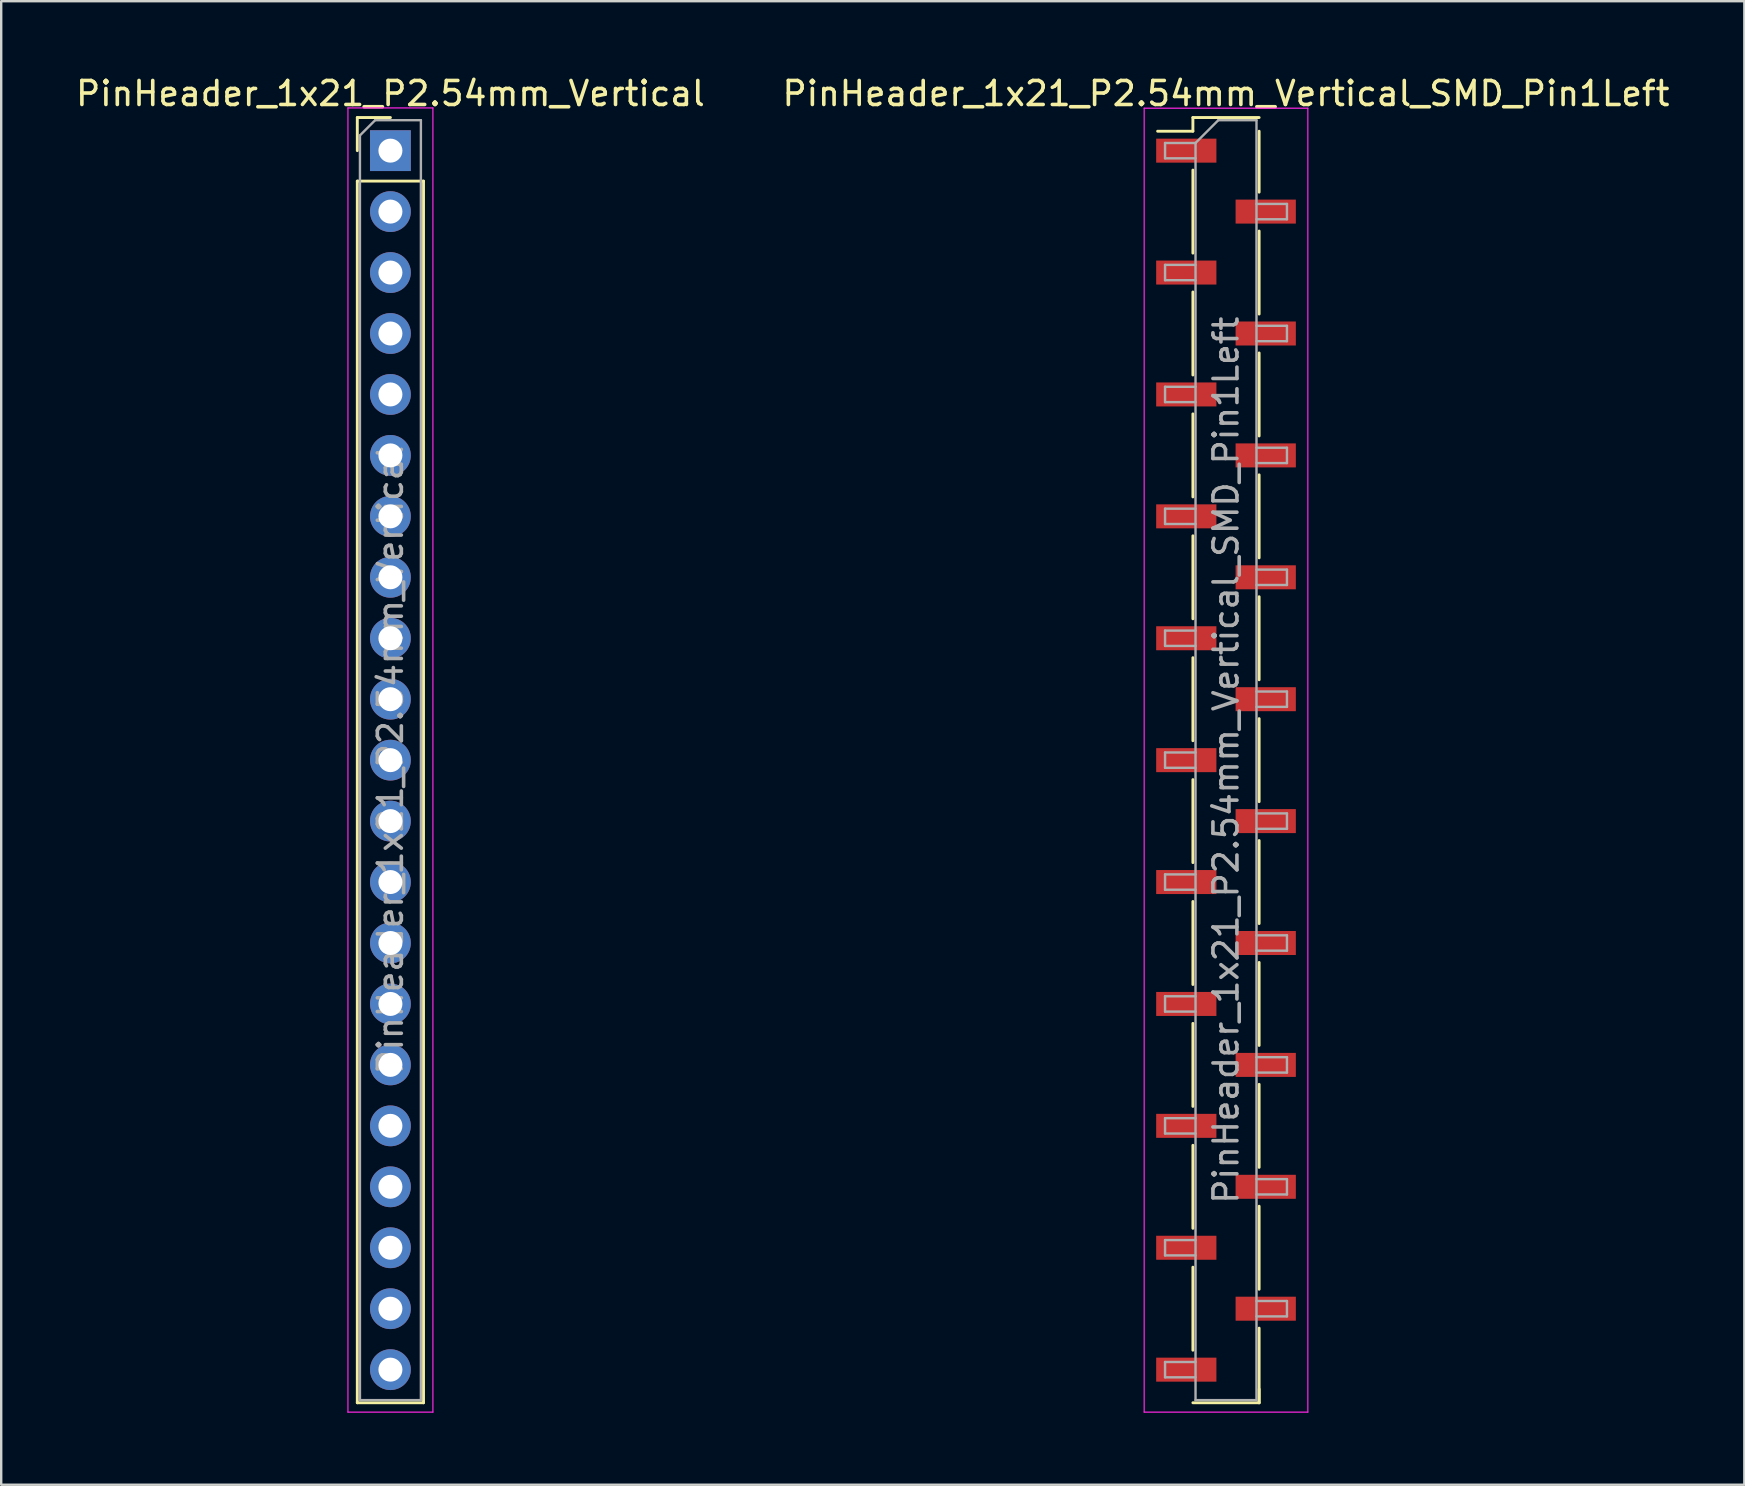
<source format=kicad_pcb>
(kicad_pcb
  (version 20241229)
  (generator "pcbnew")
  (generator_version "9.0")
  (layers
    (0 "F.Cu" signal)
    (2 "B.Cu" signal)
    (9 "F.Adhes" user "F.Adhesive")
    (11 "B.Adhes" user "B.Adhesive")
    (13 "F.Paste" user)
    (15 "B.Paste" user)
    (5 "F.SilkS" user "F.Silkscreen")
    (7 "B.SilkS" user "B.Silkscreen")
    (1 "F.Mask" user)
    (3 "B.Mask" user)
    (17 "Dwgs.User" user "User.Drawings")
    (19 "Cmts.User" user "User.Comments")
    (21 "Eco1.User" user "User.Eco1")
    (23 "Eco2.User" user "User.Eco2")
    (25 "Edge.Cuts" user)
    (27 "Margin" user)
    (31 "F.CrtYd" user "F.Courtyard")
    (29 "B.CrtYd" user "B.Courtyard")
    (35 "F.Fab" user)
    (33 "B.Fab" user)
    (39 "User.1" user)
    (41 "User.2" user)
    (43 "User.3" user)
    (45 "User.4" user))
  (footprint "PinHeader_1x21_P2.54mm_Vertical_SMD_Pin1Left"
    (layer "F.Cu")
    (at 48.042 28.628)
    (property "Reference" "PinHeader_1x21_P2.54mm_Vertical_SMD_Pin1Left" (at 0 -27.78 0) (layer "F.SilkS") (effects (font (size 1 1) (thickness 0.15))))
    (attr smd)
    (fp_line (start -1.38 -26.78) (end -1.38 -26.21) (stroke (width 0.12) (type solid)) (layer "F.SilkS"))
    (fp_line (start -1.38 -26.78) (end 1.38 -26.78) (stroke (width 0.12) (type solid)) (layer "F.SilkS"))
    (fp_line (start -1.38 -26.21) (end -2.85 -26.21) (stroke (width 0.12) (type solid)) (layer "F.SilkS"))
    (fp_line (start -1.38 -24.59) (end -1.38 -21.13) (stroke (width 0.12) (type solid)) (layer "F.SilkS"))
    (fp_line (start -1.38 -19.51) (end -1.38 -16.05) (stroke (width 0.12) (type solid)) (layer "F.SilkS"))
    (fp_line (start -1.38 -14.43) (end -1.38 -10.97) (stroke (width 0.12) (type solid)) (layer "F.SilkS"))
    (fp_line (start -1.38 -9.35) (end -1.38 -5.89) (stroke (width 0.12) (type solid)) (layer "F.SilkS"))
    (fp_line (start -1.38 -4.27) (end -1.38 -0.81) (stroke (width 0.12) (type solid)) (layer "F.SilkS"))
    (fp_line (start -1.38 0.81) (end -1.38 4.27) (stroke (width 0.12) (type solid)) (layer "F.SilkS"))
    (fp_line (start -1.38 5.89) (end -1.38 9.35) (stroke (width 0.12) (type solid)) (layer "F.SilkS"))
    (fp_line (start -1.38 10.97) (end -1.38 14.43) (stroke (width 0.12) (type solid)) (layer "F.SilkS"))
    (fp_line (start -1.38 16.05) (end -1.38 19.51) (stroke (width 0.12) (type solid)) (layer "F.SilkS"))
    (fp_line (start -1.38 21.13) (end -1.38 24.59) (stroke (width 0.12) (type solid)) (layer "F.SilkS"))
    (fp_line (start -1.38 26.78) (end 1.38 26.78) (stroke (width 0.12) (type solid)) (layer "F.SilkS"))
    (fp_line (start 1.38 -26.21) (end 1.38 -23.67) (stroke (width 0.12) (type solid)) (layer "F.SilkS"))
    (fp_line (start 1.38 -22.05) (end 1.38 -18.59) (stroke (width 0.12) (type solid)) (layer "F.SilkS"))
    (fp_line (start 1.38 -16.97) (end 1.38 -13.51) (stroke (width 0.12) (type solid)) (layer "F.SilkS"))
    (fp_line (start 1.38 -11.89) (end 1.38 -8.43) (stroke (width 0.12) (type solid)) (layer "F.SilkS"))
    (fp_line (start 1.38 -6.81) (end 1.38 -3.35) (stroke (width 0.12) (type solid)) (layer "F.SilkS"))
    (fp_line (start 1.38 -1.73) (end 1.38 1.73) (stroke (width 0.12) (type solid)) (layer "F.SilkS"))
    (fp_line (start 1.38 3.35) (end 1.38 6.81) (stroke (width 0.12) (type solid)) (layer "F.SilkS"))
    (fp_line (start 1.38 8.43) (end 1.38 11.89) (stroke (width 0.12) (type solid)) (layer "F.SilkS"))
    (fp_line (start 1.38 13.51) (end 1.38 16.97) (stroke (width 0.12) (type solid)) (layer "F.SilkS"))
    (fp_line (start 1.38 18.59) (end 1.38 22.05) (stroke (width 0.12) (type solid)) (layer "F.SilkS"))
    (fp_line (start 1.38 23.67) (end 1.38 26.78) (stroke (width 0.12) (type solid)) (layer "F.SilkS"))
    (fp_line (start 1.38 26.21) (end 1.38 26.78) (stroke (width 0.12) (type solid)) (layer "F.SilkS"))
    (fp_line (start -3.41 -27.17) (end -3.41 27.17) (stroke (width 0.05) (type solid)) (layer "F.CrtYd"))
    (fp_line (start -3.41 27.17) (end 3.41 27.17) (stroke (width 0.05) (type solid)) (layer "F.CrtYd"))
    (fp_line (start 3.41 -27.17) (end -3.41 -27.17) (stroke (width 0.05) (type solid)) (layer "F.CrtYd"))
    (fp_line (start 3.41 27.17) (end 3.41 -27.17) (stroke (width 0.05) (type solid)) (layer "F.CrtYd"))
    (fp_line (start -2.54 -25.72) (end -2.54 -25.08) (stroke (width 0.1) (type solid)) (layer "F.Fab"))
    (fp_line (start -2.54 -25.08) (end -1.27 -25.08) (stroke (width 0.1) (type solid)) (layer "F.Fab"))
    (fp_line (start -2.54 -20.64) (end -2.54 -20) (stroke (width 0.1) (type solid)) (layer "F.Fab"))
    (fp_line (start -2.54 -20) (end -1.27 -20) (stroke (width 0.1) (type solid)) (layer "F.Fab"))
    (fp_line (start -2.54 -15.56) (end -2.54 -14.92) (stroke (width 0.1) (type solid)) (layer "F.Fab"))
    (fp_line (start -2.54 -14.92) (end -1.27 -14.92) (stroke (width 0.1) (type solid)) (layer "F.Fab"))
    (fp_line (start -2.54 -10.48) (end -2.54 -9.84) (stroke (width 0.1) (type solid)) (layer "F.Fab"))
    (fp_line (start -2.54 -9.84) (end -1.27 -9.84) (stroke (width 0.1) (type solid)) (layer "F.Fab"))
    (fp_line (start -2.54 -5.4) (end -2.54 -4.76) (stroke (width 0.1) (type solid)) (layer "F.Fab"))
    (fp_line (start -2.54 -4.76) (end -1.27 -4.76) (stroke (width 0.1) (type solid)) (layer "F.Fab"))
    (fp_line (start -2.54 -0.32) (end -2.54 0.32) (stroke (width 0.1) (type solid)) (layer "F.Fab"))
    (fp_line (start -2.54 0.32) (end -1.27 0.32) (stroke (width 0.1) (type solid)) (layer "F.Fab"))
    (fp_line (start -2.54 4.76) (end -2.54 5.4) (stroke (width 0.1) (type solid)) (layer "F.Fab"))
    (fp_line (start -2.54 5.4) (end -1.27 5.4) (stroke (width 0.1) (type solid)) (layer "F.Fab"))
    (fp_line (start -2.54 9.84) (end -2.54 10.48) (stroke (width 0.1) (type solid)) (layer "F.Fab"))
    (fp_line (start -2.54 10.48) (end -1.27 10.48) (stroke (width 0.1) (type solid)) (layer "F.Fab"))
    (fp_line (start -2.54 14.92) (end -2.54 15.56) (stroke (width 0.1) (type solid)) (layer "F.Fab"))
    (fp_line (start -2.54 15.56) (end -1.27 15.56) (stroke (width 0.1) (type solid)) (layer "F.Fab"))
    (fp_line (start -2.54 20) (end -2.54 20.64) (stroke (width 0.1) (type solid)) (layer "F.Fab"))
    (fp_line (start -2.54 20.64) (end -1.27 20.64) (stroke (width 0.1) (type solid)) (layer "F.Fab"))
    (fp_line (start -2.54 25.08) (end -2.54 25.72) (stroke (width 0.1) (type solid)) (layer "F.Fab"))
    (fp_line (start -2.54 25.72) (end -1.27 25.72) (stroke (width 0.1) (type solid)) (layer "F.Fab"))
    (fp_line (start -1.27 -25.72) (end -2.54 -25.72) (stroke (width 0.1) (type solid)) (layer "F.Fab"))
    (fp_line (start -1.27 -25.72) (end -0.32 -26.67) (stroke (width 0.1) (type solid)) (layer "F.Fab"))
    (fp_line (start -1.27 -20.64) (end -2.54 -20.64) (stroke (width 0.1) (type solid)) (layer "F.Fab"))
    (fp_line (start -1.27 -15.56) (end -2.54 -15.56) (stroke (width 0.1) (type solid)) (layer "F.Fab"))
    (fp_line (start -1.27 -10.48) (end -2.54 -10.48) (stroke (width 0.1) (type solid)) (layer "F.Fab"))
    (fp_line (start -1.27 -5.4) (end -2.54 -5.4) (stroke (width 0.1) (type solid)) (layer "F.Fab"))
    (fp_line (start -1.27 -0.32) (end -2.54 -0.32) (stroke (width 0.1) (type solid)) (layer "F.Fab"))
    (fp_line (start -1.27 4.76) (end -2.54 4.76) (stroke (width 0.1) (type solid)) (layer "F.Fab"))
    (fp_line (start -1.27 9.84) (end -2.54 9.84) (stroke (width 0.1) (type solid)) (layer "F.Fab"))
    (fp_line (start -1.27 14.92) (end -2.54 14.92) (stroke (width 0.1) (type solid)) (layer "F.Fab"))
    (fp_line (start -1.27 20) (end -2.54 20) (stroke (width 0.1) (type solid)) (layer "F.Fab"))
    (fp_line (start -1.27 25.08) (end -2.54 25.08) (stroke (width 0.1) (type solid)) (layer "F.Fab"))
    (fp_line (start -1.27 26.67) (end -1.27 -25.72) (stroke (width 0.1) (type solid)) (layer "F.Fab"))
    (fp_line (start -0.32 -26.67) (end 1.27 -26.67) (stroke (width 0.1) (type solid)) (layer "F.Fab"))
    (fp_line (start 1.27 -26.67) (end 1.27 26.67) (stroke (width 0.1) (type solid)) (layer "F.Fab"))
    (fp_line (start 1.27 -23.18) (end 2.54 -23.18) (stroke (width 0.1) (type solid)) (layer "F.Fab"))
    (fp_line (start 1.27 -18.1) (end 2.54 -18.1) (stroke (width 0.1) (type solid)) (layer "F.Fab"))
    (fp_line (start 1.27 -13.02) (end 2.54 -13.02) (stroke (width 0.1) (type solid)) (layer "F.Fab"))
    (fp_line (start 1.27 -7.94) (end 2.54 -7.94) (stroke (width 0.1) (type solid)) (layer "F.Fab"))
    (fp_line (start 1.27 -2.86) (end 2.54 -2.86) (stroke (width 0.1) (type solid)) (layer "F.Fab"))
    (fp_line (start 1.27 2.22) (end 2.54 2.22) (stroke (width 0.1) (type solid)) (layer "F.Fab"))
    (fp_line (start 1.27 7.3) (end 2.54 7.3) (stroke (width 0.1) (type solid)) (layer "F.Fab"))
    (fp_line (start 1.27 12.38) (end 2.54 12.38) (stroke (width 0.1) (type solid)) (layer "F.Fab"))
    (fp_line (start 1.27 17.46) (end 2.54 17.46) (stroke (width 0.1) (type solid)) (layer "F.Fab"))
    (fp_line (start 1.27 22.54) (end 2.54 22.54) (stroke (width 0.1) (type solid)) (layer "F.Fab"))
    (fp_line (start 1.27 26.67) (end -1.27 26.67) (stroke (width 0.1) (type solid)) (layer "F.Fab"))
    (fp_line (start 2.54 -23.18) (end 2.54 -22.54) (stroke (width 0.1) (type solid)) (layer "F.Fab"))
    (fp_line (start 2.54 -22.54) (end 1.27 -22.54) (stroke (width 0.1) (type solid)) (layer "F.Fab"))
    (fp_line (start 2.54 -18.1) (end 2.54 -17.46) (stroke (width 0.1) (type solid)) (layer "F.Fab"))
    (fp_line (start 2.54 -17.46) (end 1.27 -17.46) (stroke (width 0.1) (type solid)) (layer "F.Fab"))
    (fp_line (start 2.54 -13.02) (end 2.54 -12.38) (stroke (width 0.1) (type solid)) (layer "F.Fab"))
    (fp_line (start 2.54 -12.38) (end 1.27 -12.38) (stroke (width 0.1) (type solid)) (layer "F.Fab"))
    (fp_line (start 2.54 -7.94) (end 2.54 -7.3) (stroke (width 0.1) (type solid)) (layer "F.Fab"))
    (fp_line (start 2.54 -7.3) (end 1.27 -7.3) (stroke (width 0.1) (type solid)) (layer "F.Fab"))
    (fp_line (start 2.54 -2.86) (end 2.54 -2.22) (stroke (width 0.1) (type solid)) (layer "F.Fab"))
    (fp_line (start 2.54 -2.22) (end 1.27 -2.22) (stroke (width 0.1) (type solid)) (layer "F.Fab"))
    (fp_line (start 2.54 2.22) (end 2.54 2.86) (stroke (width 0.1) (type solid)) (layer "F.Fab"))
    (fp_line (start 2.54 2.86) (end 1.27 2.86) (stroke (width 0.1) (type solid)) (layer "F.Fab"))
    (fp_line (start 2.54 7.3) (end 2.54 7.94) (stroke (width 0.1) (type solid)) (layer "F.Fab"))
    (fp_line (start 2.54 7.94) (end 1.27 7.94) (stroke (width 0.1) (type solid)) (layer "F.Fab"))
    (fp_line (start 2.54 12.38) (end 2.54 13.02) (stroke (width 0.1) (type solid)) (layer "F.Fab"))
    (fp_line (start 2.54 13.02) (end 1.27 13.02) (stroke (width 0.1) (type solid)) (layer "F.Fab"))
    (fp_line (start 2.54 17.46) (end 2.54 18.1) (stroke (width 0.1) (type solid)) (layer "F.Fab"))
    (fp_line (start 2.54 18.1) (end 1.27 18.1) (stroke (width 0.1) (type solid)) (layer "F.Fab"))
    (fp_line (start 2.54 22.54) (end 2.54 23.18) (stroke (width 0.1) (type solid)) (layer "F.Fab"))
    (fp_line (start 2.54 23.18) (end 1.27 23.18) (stroke (width 0.1) (type solid)) (layer "F.Fab"))
    (fp_text user "${REFERENCE}" (at 0 0 90) (layer "F.Fab") (effects (font (size 1 1) (thickness 0.15))))
    (pad "1" smd rect (at -1.655 -25.4) (size 2.51 1) (layers "F.Cu" "F.Mask" "F.Paste"))
    (pad "2" smd rect (at 1.655 -22.86) (size 2.51 1) (layers "F.Cu" "F.Mask" "F.Paste"))
    (pad "3" smd rect (at -1.655 -20.32) (size 2.51 1) (layers "F.Cu" "F.Mask" "F.Paste"))
    (pad "4" smd rect (at 1.655 -17.78) (size 2.51 1) (layers "F.Cu" "F.Mask" "F.Paste"))
    (pad "5" smd rect (at -1.655 -15.24) (size 2.51 1) (layers "F.Cu" "F.Mask" "F.Paste"))
    (pad "6" smd rect (at 1.655 -12.7) (size 2.51 1) (layers "F.Cu" "F.Mask" "F.Paste"))
    (pad "7" smd rect (at -1.655 -10.16) (size 2.51 1) (layers "F.Cu" "F.Mask" "F.Paste"))
    (pad "8" smd rect (at 1.655 -7.62) (size 2.51 1) (layers "F.Cu" "F.Mask" "F.Paste"))
    (pad "9" smd rect (at -1.655 -5.08) (size 2.51 1) (layers "F.Cu" "F.Mask" "F.Paste"))
    (pad "10" smd rect (at 1.655 -2.54) (size 2.51 1) (layers "F.Cu" "F.Mask" "F.Paste"))
    (pad "11" smd rect (at -1.655 0) (size 2.51 1) (layers "F.Cu" "F.Mask" "F.Paste"))
    (pad "12" smd rect (at 1.655 2.54) (size 2.51 1) (layers "F.Cu" "F.Mask" "F.Paste"))
    (pad "13" smd rect (at -1.655 5.08) (size 2.51 1) (layers "F.Cu" "F.Mask" "F.Paste"))
    (pad "14" smd rect (at 1.655 7.62) (size 2.51 1) (layers "F.Cu" "F.Mask" "F.Paste"))
    (pad "15" smd rect (at -1.655 10.16) (size 2.51 1) (layers "F.Cu" "F.Mask" "F.Paste"))
    (pad "16" smd rect (at 1.655 12.7) (size 2.51 1) (layers "F.Cu" "F.Mask" "F.Paste"))
    (pad "17" smd rect (at -1.655 15.24) (size 2.51 1) (layers "F.Cu" "F.Mask" "F.Paste"))
    (pad "18" smd rect (at 1.655 17.78) (size 2.51 1) (layers "F.Cu" "F.Mask" "F.Paste"))
    (pad "19" smd rect (at -1.655 20.32) (size 2.51 1) (layers "F.Cu" "F.Mask" "F.Paste"))
    (pad "20" smd rect (at 1.655 22.86) (size 2.51 1) (layers "F.Cu" "F.Mask" "F.Paste"))
    (pad "21" smd rect (at -1.655 25.4) (size 2.51 1) (layers "F.Cu" "F.Mask" "F.Paste")))
  (footprint "PinHeader_1x21_P2.54mm_Vertical"
    (layer "F.Cu")
    (at 13.22 3.228)
    (property "Reference" "PinHeader_1x21_P2.54mm_Vertical" (at 0 -2.38 0) (layer "F.SilkS") (effects (font (size 1 1) (thickness 0.15))))
    (attr through_hole)
    (fp_line (start -1.38 -1.38) (end 0 -1.38) (stroke (width 0.12) (type solid)) (layer "F.SilkS"))
    (fp_line (start -1.38 0) (end -1.38 -1.38) (stroke (width 0.12) (type solid)) (layer "F.SilkS"))
    (fp_line (start -1.38 1.27) (end -1.38 52.18) (stroke (width 0.12) (type solid)) (layer "F.SilkS"))
    (fp_line (start -1.38 1.27) (end 1.38 1.27) (stroke (width 0.12) (type solid)) (layer "F.SilkS"))
    (fp_line (start -1.38 52.18) (end 1.38 52.18) (stroke (width 0.12) (type solid)) (layer "F.SilkS"))
    (fp_line (start 1.38 1.27) (end 1.38 52.18) (stroke (width 0.12) (type solid)) (layer "F.SilkS"))
    (fp_line (start -1.77 -1.78) (end -1.77 52.57) (stroke (width 0.05) (type solid)) (layer "F.CrtYd"))
    (fp_line (start -1.77 52.57) (end 1.77 52.57) (stroke (width 0.05) (type solid)) (layer "F.CrtYd"))
    (fp_line (start 1.77 -1.78) (end -1.77 -1.78) (stroke (width 0.05) (type solid)) (layer "F.CrtYd"))
    (fp_line (start 1.77 52.57) (end 1.77 -1.78) (stroke (width 0.05) (type solid)) (layer "F.CrtYd"))
    (fp_line (start -1.27 -0.635) (end -0.635 -1.27) (stroke (width 0.1) (type solid)) (layer "F.Fab"))
    (fp_line (start -1.27 52.07) (end -1.27 -0.635) (stroke (width 0.1) (type solid)) (layer "F.Fab"))
    (fp_line (start -0.635 -1.27) (end 1.27 -1.27) (stroke (width 0.1) (type solid)) (layer "F.Fab"))
    (fp_line (start 1.27 -1.27) (end 1.27 52.07) (stroke (width 0.1) (type solid)) (layer "F.Fab"))
    (fp_line (start 1.27 52.07) (end -1.27 52.07) (stroke (width 0.1) (type solid)) (layer "F.Fab"))
    (fp_text user "${REFERENCE}" (at 0 25.4 90) (layer "F.Fab") (effects (font (size 1 1) (thickness 0.15))))
    (pad "1" thru_hole rect (at 0 0) (size 1.7 1.7) (drill 1) (layers "*.Cu" "*.Mask"))
    (pad "2" thru_hole circle (at 0 2.54) (size 1.7 1.7) (drill 1) (layers "*.Cu" "*.Mask"))
    (pad "3" thru_hole circle (at 0 5.08) (size 1.7 1.7) (drill 1) (layers "*.Cu" "*.Mask"))
    (pad "4" thru_hole circle (at 0 7.62) (size 1.7 1.7) (drill 1) (layers "*.Cu" "*.Mask"))
    (pad "5" thru_hole circle (at 0 10.16) (size 1.7 1.7) (drill 1) (layers "*.Cu" "*.Mask"))
    (pad "6" thru_hole circle (at 0 12.7) (size 1.7 1.7) (drill 1) (layers "*.Cu" "*.Mask"))
    (pad "7" thru_hole circle (at 0 15.24) (size 1.7 1.7) (drill 1) (layers "*.Cu" "*.Mask"))
    (pad "8" thru_hole circle (at 0 17.78) (size 1.7 1.7) (drill 1) (layers "*.Cu" "*.Mask"))
    (pad "9" thru_hole circle (at 0 20.32) (size 1.7 1.7) (drill 1) (layers "*.Cu" "*.Mask"))
    (pad "10" thru_hole circle (at 0 22.86) (size 1.7 1.7) (drill 1) (layers "*.Cu" "*.Mask"))
    (pad "11" thru_hole circle (at 0 25.4) (size 1.7 1.7) (drill 1) (layers "*.Cu" "*.Mask"))
    (pad "12" thru_hole circle (at 0 27.94) (size 1.7 1.7) (drill 1) (layers "*.Cu" "*.Mask"))
    (pad "13" thru_hole circle (at 0 30.48) (size 1.7 1.7) (drill 1) (layers "*.Cu" "*.Mask"))
    (pad "14" thru_hole circle (at 0 33.02) (size 1.7 1.7) (drill 1) (layers "*.Cu" "*.Mask"))
    (pad "15" thru_hole circle (at 0 35.56) (size 1.7 1.7) (drill 1) (layers "*.Cu" "*.Mask"))
    (pad "16" thru_hole circle (at 0 38.1) (size 1.7 1.7) (drill 1) (layers "*.Cu" "*.Mask"))
    (pad "17" thru_hole circle (at 0 40.64) (size 1.7 1.7) (drill 1) (layers "*.Cu" "*.Mask"))
    (pad "18" thru_hole circle (at 0 43.18) (size 1.7 1.7) (drill 1) (layers "*.Cu" "*.Mask"))
    (pad "19" thru_hole circle (at 0 45.72) (size 1.7 1.7) (drill 1) (layers "*.Cu" "*.Mask"))
    (pad "20" thru_hole circle (at 0 48.26) (size 1.7 1.7) (drill 1) (layers "*.Cu" "*.Mask"))
    (pad "21" thru_hole circle (at 0 50.8) (size 1.7 1.7) (drill 1) (layers "*.Cu" "*.Mask")))
  (gr_rect
    (start -3 -3)
    (end 69.643 58.823)
    (stroke (width 0.1) (type default))
    (fill no)
    (layer "Edge.Cuts")))
</source>
